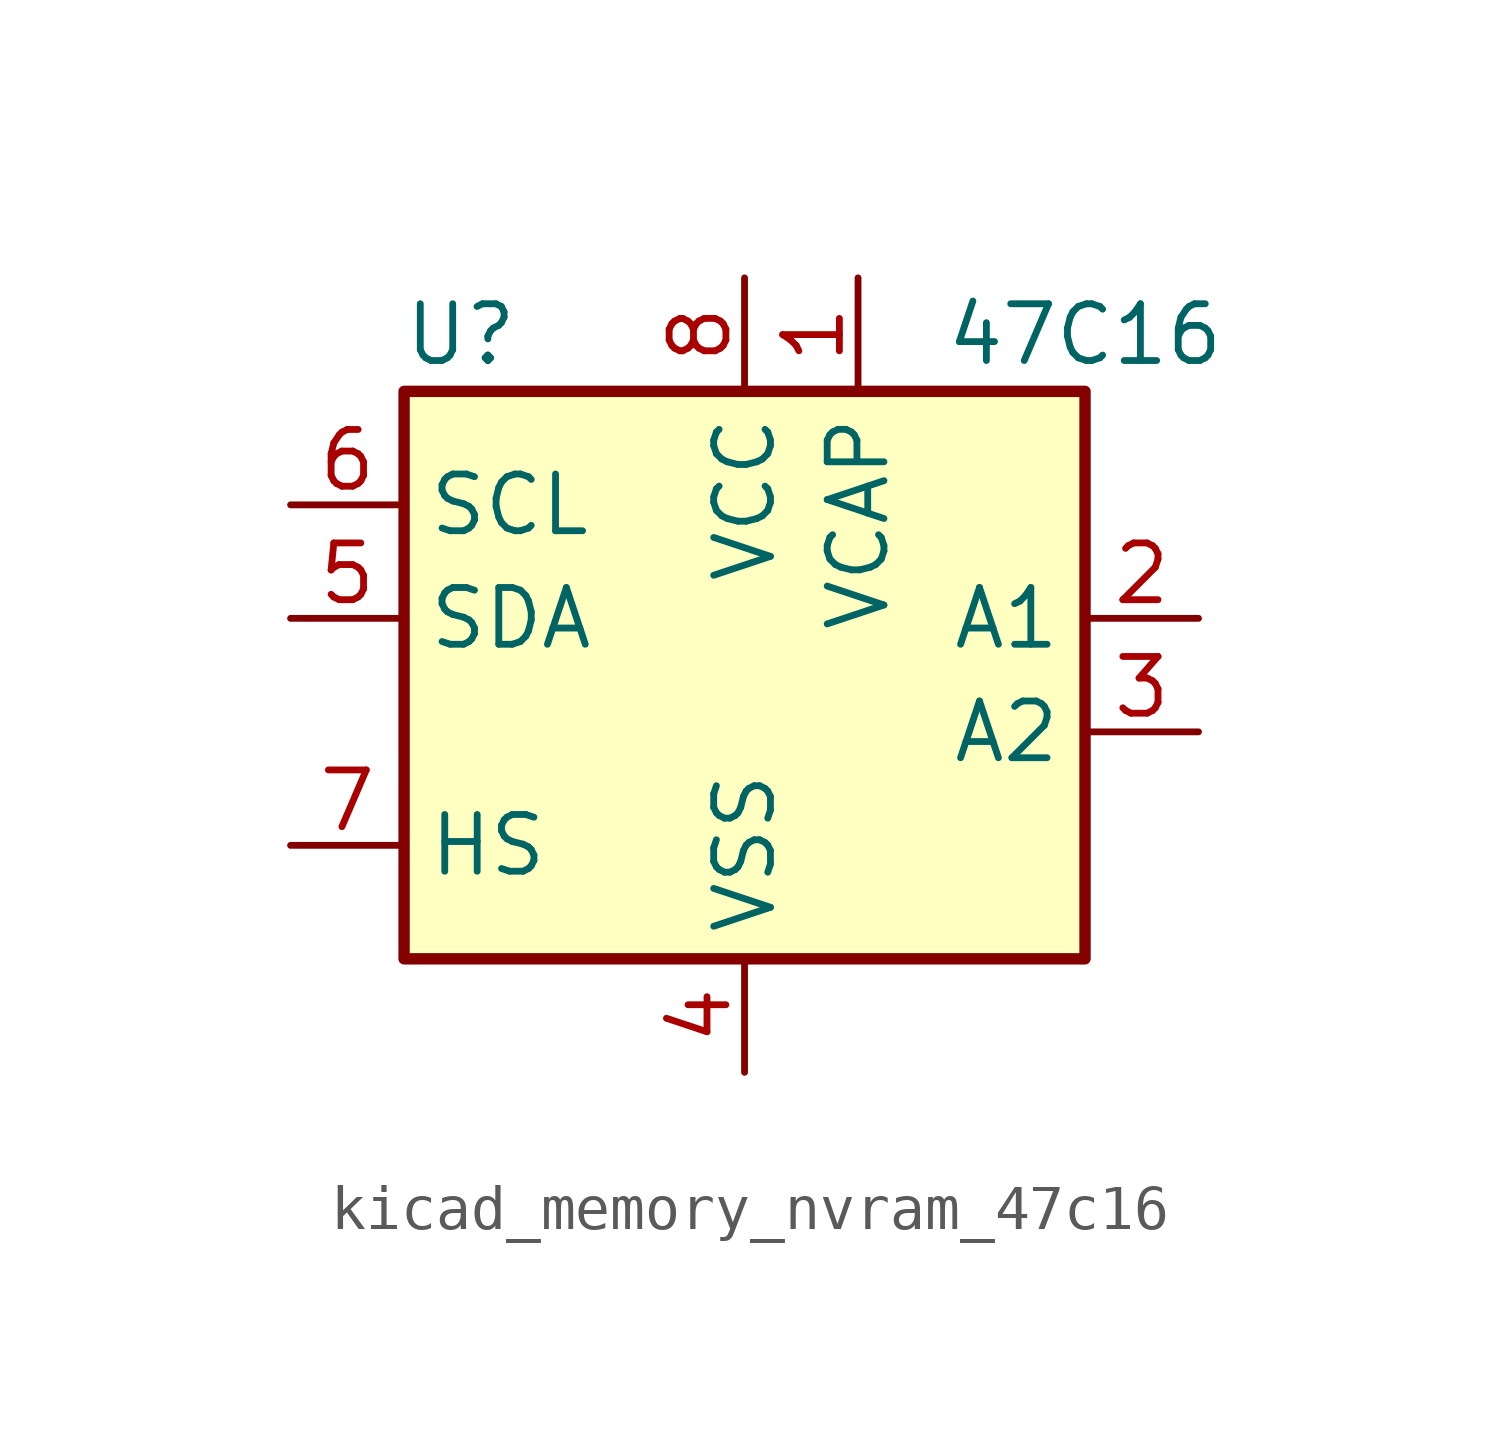
<source format=kicad_sym>
(kicad_symbol_lib
  (version 20220914)
  (generator kicad_symbol_editor)
  (symbol "kicad_memory_nvram_47c16"
    (property "Reference" "U"
      (at -6.35 6.35 0)
      (effects (font (size 1.27 1.27))))
    (property "Value" "47C16"
      (at 7.62 6.35 0)
      (effects (font (size 1.27 1.27))))
    (symbol "kicad_memory_nvram_47c16_1_1"
      (rectangle (start -7.62 5.08) (end 7.62 -7.62) (stroke (width 0.254) (type default)) (fill (type background)))
      (pin power_in line (at 2.54 7.62 270) (length 2.54) (name "VCAP" (effects (font (size 1.27 1.27)))) (number "1" (effects (font (size 1.27 1.27)))))
      (pin input line (at 10.16 0 180) (length 2.54) (name "A1" (effects (font (size 1.27 1.27)))) (number "2" (effects (font (size 1.27 1.27)))))
      (pin input line (at 10.16 -2.54 180) (length 2.54) (name "A2" (effects (font (size 1.27 1.27)))) (number "3" (effects (font (size 1.27 1.27)))))
      (pin power_in line (at 0 -10.16 90) (length 2.54) (name "VSS" (effects (font (size 1.27 1.27)))) (number "4" (effects (font (size 1.27 1.27)))))
      (pin bidirectional line (at -10.16 0 0) (length 2.54) (name "SDA" (effects (font (size 1.27 1.27)))) (number "5" (effects (font (size 1.27 1.27)))))
      (pin input line (at -10.16 2.54 0) (length 2.54) (name "SCL" (effects (font (size 1.27 1.27)))) (number "6" (effects (font (size 1.27 1.27)))))
      (pin input line (at -10.16 -5.08 0) (length 2.54) (name "HS" (effects (font (size 1.27 1.27)))) (number "7" (effects (font (size 1.27 1.27)))))
      (pin power_in line (at 0 7.62 270) (length 2.54) (name "VCC" (effects (font (size 1.27 1.27)))) (number "8" (effects (font (size 1.27 1.27))))))))
</source>
